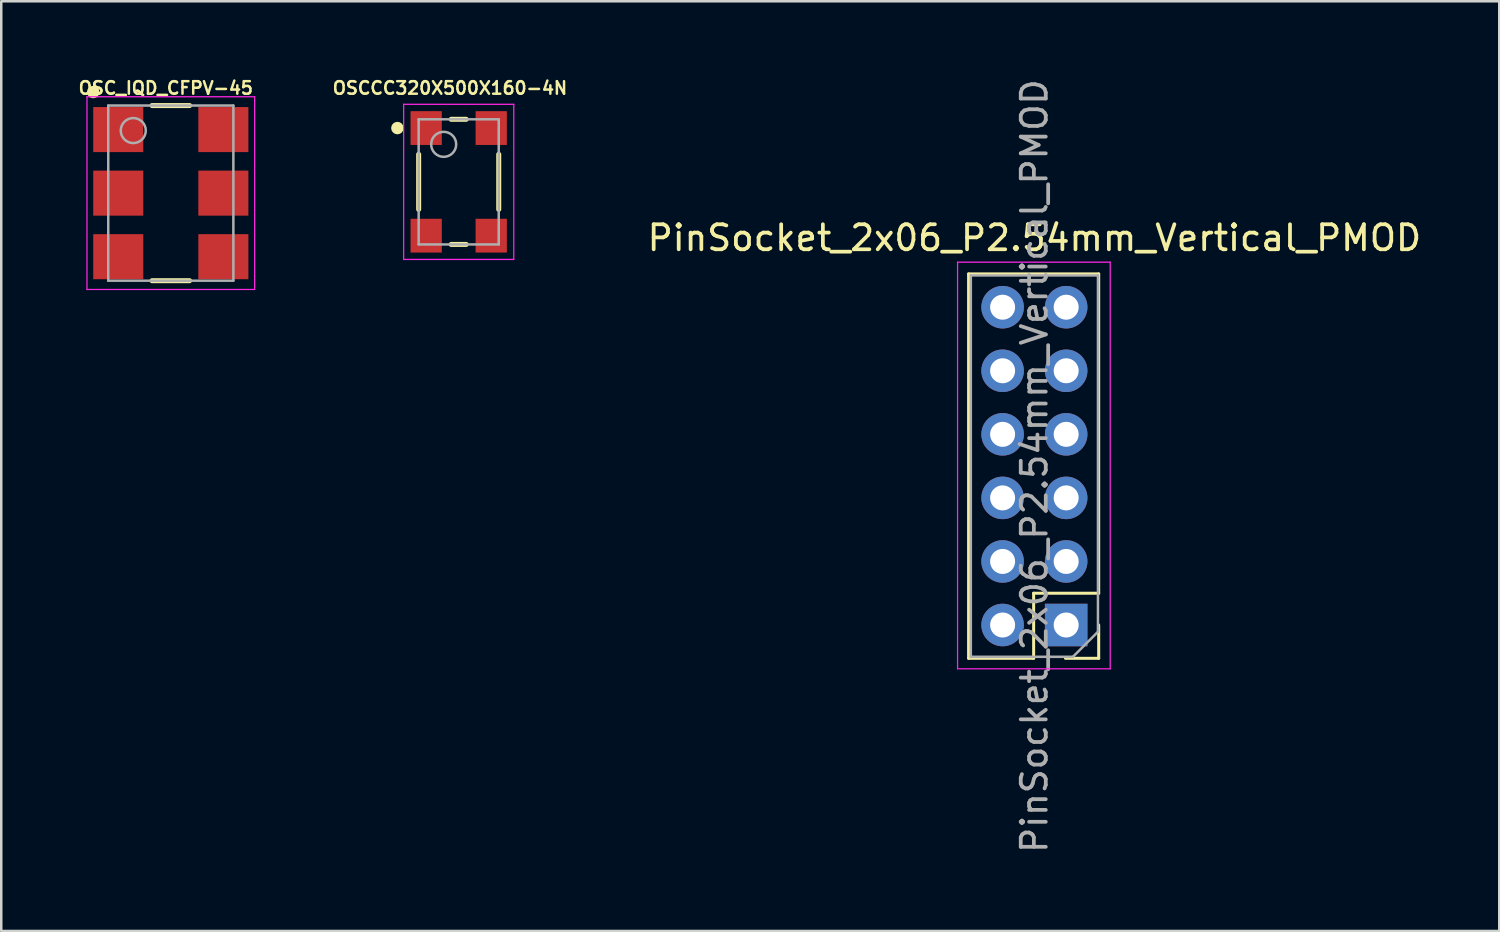
<source format=kicad_pcb>
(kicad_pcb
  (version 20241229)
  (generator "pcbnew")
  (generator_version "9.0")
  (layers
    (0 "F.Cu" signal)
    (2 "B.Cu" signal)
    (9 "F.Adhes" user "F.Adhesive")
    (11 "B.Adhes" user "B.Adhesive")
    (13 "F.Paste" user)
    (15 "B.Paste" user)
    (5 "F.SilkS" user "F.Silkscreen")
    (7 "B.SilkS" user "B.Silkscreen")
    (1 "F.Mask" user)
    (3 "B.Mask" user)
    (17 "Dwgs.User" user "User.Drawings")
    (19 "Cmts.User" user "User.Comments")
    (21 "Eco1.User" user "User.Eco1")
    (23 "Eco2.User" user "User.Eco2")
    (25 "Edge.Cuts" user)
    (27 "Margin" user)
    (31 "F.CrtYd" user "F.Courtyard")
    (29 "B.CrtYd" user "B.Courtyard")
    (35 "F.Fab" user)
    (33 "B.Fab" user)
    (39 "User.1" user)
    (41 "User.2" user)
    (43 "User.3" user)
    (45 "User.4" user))
  (footprint "OSCCC320X500X160-4N"
    (layer "F.Cu")
    (at 15.281 4.218)
    (property "Reference" "OSCCC320X500X160-4N" (at -0.35 -3.75 0) (layer "F.SilkS") (effects (font (size 0.5 0.5) (thickness 0.1))))
    (attr smd)
    (fp_line (start -1.6 1.1) (end -1.6 -1.1) (stroke (width 0.2) (type solid)) (layer "F.SilkS"))
    (fp_line (start -0.3 -2.5) (end 0.3 -2.5) (stroke (width 0.2) (type solid)) (layer "F.SilkS"))
    (fp_line (start -0.3 2.5) (end 0.3 2.5) (stroke (width 0.2) (type solid)) (layer "F.SilkS"))
    (fp_line (start 1.6 1.1) (end 1.6 -1.1) (stroke (width 0.2) (type solid)) (layer "F.SilkS"))
    (fp_circle (center -2.45 -2.15) (end -2.325 -2.15) (stroke (width 0.25) (type solid)) (fill no) (layer "F.SilkS"))
    (fp_line (start -2.2 -3.1) (end 2.2 -3.1) (stroke (width 0.05) (type solid)) (layer "F.CrtYd"))
    (fp_line (start -2.2 3.1) (end -2.2 -3.1) (stroke (width 0.05) (type solid)) (layer "F.CrtYd"))
    (fp_line (start -2.2 3.1) (end 2.2 3.1) (stroke (width 0.05) (type solid)) (layer "F.CrtYd"))
    (fp_line (start 2.2 3.1) (end 2.2 -3.1) (stroke (width 0.05) (type solid)) (layer "F.CrtYd"))
    (fp_line (start -1.6 -2.5) (end 1.6 -2.5) (stroke (width 0.1) (type solid)) (layer "F.Fab"))
    (fp_line (start -1.6 2.5) (end -1.6 -2.5) (stroke (width 0.1) (type solid)) (layer "F.Fab"))
    (fp_line (start -1.6 2.5) (end 1.6 2.5) (stroke (width 0.1) (type solid)) (layer "F.Fab"))
    (fp_line (start 1.6 2.5) (end 1.6 -2.5) (stroke (width 0.1) (type solid)) (layer "F.Fab"))
    (fp_circle (center -0.6 -1.5) (end -0.1 -1.5) (stroke (width 0.1) (type solid)) (fill no) (layer "F.Fab"))
    (pad "1" smd rect (at -1.3 -2.15 90) (size 1.35 1.25) (layers "F.Cu" "F.Mask" "F.Paste"))
    (pad "2" smd rect (at -1.3 2.15 90) (size 1.35 1.25) (layers "F.Cu" "F.Mask" "F.Paste"))
    (pad "3" smd rect (at 1.3 2.15 90) (size 1.35 1.25) (layers "F.Cu" "F.Mask" "F.Paste"))
    (pad "4" smd rect (at 1.3 -2.15 90) (size 1.35 1.25) (layers "F.Cu" "F.Mask" "F.Paste")))
  (footprint "OSC_IQD_CFPV-45"
    (layer "F.Cu")
    (at 3.776 4.668)
    (property "Reference" "OSC_IQD_CFPV-45" (at -0.2 -4.2 0) (layer "F.SilkS") (effects (font (size 0.5 0.5) (thickness 0.1))))
    (attr smd)
    (fp_line (start -0.75 -3.5) (end 0.75 -3.5) (stroke (width 0.2) (type solid)) (layer "F.SilkS"))
    (fp_line (start -0.75 3.5) (end 0.75 3.5) (stroke (width 0.2) (type solid)) (layer "F.SilkS"))
    (fp_circle (center -3.1 -4.04) (end -2.975 -4.04) (stroke (width 0.25) (type solid)) (fill no) (layer "F.SilkS"))
    (fp_line (start -3.35 -3.85) (end 3.35 -3.85) (stroke (width 0.05) (type solid)) (layer "F.CrtYd"))
    (fp_line (start -3.35 3.85) (end -3.35 -3.85) (stroke (width 0.05) (type solid)) (layer "F.CrtYd"))
    (fp_line (start -3.35 3.85) (end 3.35 3.85) (stroke (width 0.05) (type solid)) (layer "F.CrtYd"))
    (fp_line (start 3.35 3.85) (end 3.35 -3.85) (stroke (width 0.05) (type solid)) (layer "F.CrtYd"))
    (fp_line (start -2.5 -3.5) (end 2.5 -3.5) (stroke (width 0.1) (type solid)) (layer "F.Fab"))
    (fp_line (start -2.5 3.5) (end -2.5 -3.5) (stroke (width 0.1) (type solid)) (layer "F.Fab"))
    (fp_line (start -2.5 3.5) (end 2.5 3.5) (stroke (width 0.1) (type solid)) (layer "F.Fab"))
    (fp_line (start 2.5 3.5) (end 2.5 -3.5) (stroke (width 0.1) (type solid)) (layer "F.Fab"))
    (fp_circle (center -1.5 -2.5) (end -1 -2.5) (stroke (width 0.1) (type solid)) (fill no) (layer "F.Fab"))
    (pad "1" smd rect (at -2.1 -2.54) (size 2 1.8) (layers "F.Cu" "F.Mask" "F.Paste"))
    (pad "2" smd rect (at -2.1 0) (size 2 1.8) (layers "F.Cu" "F.Mask" "F.Paste"))
    (pad "3" smd rect (at -2.1 2.54) (size 2 1.8) (layers "F.Cu" "F.Mask" "F.Paste"))
    (pad "4" smd rect (at 2.1 2.54) (size 2 1.8) (layers "F.Cu" "F.Mask" "F.Paste"))
    (pad "5" smd rect (at 2.1 0) (size 2 1.8) (layers "F.Cu" "F.Mask" "F.Paste"))
    (pad "6" smd rect (at 2.1 -2.54) (size 2 1.8) (layers "F.Cu" "F.Mask" "F.Paste")))
  (footprint "PinSocket_2x06_P2.54mm_Vertical_PMOD"
    (layer "F.Cu")
    (at 39.557 9.227)
    (property "Reference" "PinSocket_2x06_P2.54mm_Vertical_PMOD" (at -1.27 -2.77 0) (layer "F.SilkS") (effects (font (size 1 1) (thickness 0.15))))
    (attr through_hole)
    (fp_line (start -3.9 -1.33) (end 1.3 -1.33) (stroke (width 0.12) (type solid)) (layer "F.SilkS"))
    (fp_line (start -3.9 14.03) (end -3.9 -1.33) (stroke (width 0.12) (type solid)) (layer "F.SilkS"))
    (fp_line (start -3.9 14.03) (end -1.3 14.03) (stroke (width 0.12) (type solid)) (layer "F.SilkS"))
    (fp_line (start -1.3 11.43) (end 1.3 11.43) (stroke (width 0.12) (type solid)) (layer "F.SilkS"))
    (fp_line (start -1.3 14.03) (end -1.3 11.43) (stroke (width 0.12) (type solid)) (layer "F.SilkS"))
    (fp_line (start -0.03 14.03) (end 1.3 14.03) (stroke (width 0.12) (type solid)) (layer "F.SilkS"))
    (fp_line (start 1.3 11.43) (end 1.3 -1.33) (stroke (width 0.12) (type solid)) (layer "F.SilkS"))
    (fp_line (start 1.3 14.03) (end 1.3 12.7) (stroke (width 0.12) (type solid)) (layer "F.SilkS"))
    (fp_line (start -4.34 -1.8) (end 1.76 -1.8) (stroke (width 0.05) (type solid)) (layer "F.CrtYd"))
    (fp_line (start -4.34 14.45) (end -4.34 -1.8) (stroke (width 0.05) (type solid)) (layer "F.CrtYd"))
    (fp_line (start 1.76 -1.8) (end 1.76 14.45) (stroke (width 0.05) (type solid)) (layer "F.CrtYd"))
    (fp_line (start 1.76 14.45) (end -4.34 14.45) (stroke (width 0.05) (type solid)) (layer "F.CrtYd"))
    (fp_line (start -3.81 -1.27) (end -3.81 13.97) (stroke (width 0.1) (type solid)) (layer "F.Fab"))
    (fp_line (start -3.81 13.97) (end 0.27 13.97) (stroke (width 0.1) (type solid)) (layer "F.Fab"))
    (fp_line (start 0.27 13.97) (end 1.27 12.97) (stroke (width 0.1) (type solid)) (layer "F.Fab"))
    (fp_line (start 1.27 -1.27) (end -3.81 -1.27) (stroke (width 0.1) (type solid)) (layer "F.Fab"))
    (fp_line (start 1.27 12.97) (end 1.27 -1.27) (stroke (width 0.1) (type solid)) (layer "F.Fab"))
    (fp_text user "${REFERENCE}" (at -1.27 6.35 90) (layer "F.Fab") (effects (font (size 1 1) (thickness 0.15))))
    (pad "1" thru_hole rect (at 0 12.7) (size 1.7 1.7) (drill 1) (layers "*.Cu" "*.Mask"))
    (pad "2" thru_hole circle (at 0 10.16) (size 1.7 1.7) (drill 1) (layers "*.Cu" "*.Mask"))
    (pad "3" thru_hole circle (at 0 7.62) (size 1.7 1.7) (drill 1) (layers "*.Cu" "*.Mask"))
    (pad "4" thru_hole circle (at 0 5.08) (size 1.7 1.7) (drill 1) (layers "*.Cu" "*.Mask"))
    (pad "5" thru_hole circle (at 0 2.54) (size 1.7 1.7) (drill 1) (layers "*.Cu" "*.Mask"))
    (pad "6" thru_hole circle (at 0 0) (size 1.7 1.7) (drill 1) (layers "*.Cu" "*.Mask"))
    (pad "7" thru_hole circle (at -2.54 12.7) (size 1.7 1.7) (drill 1) (layers "*.Cu" "*.Mask"))
    (pad "8" thru_hole circle (at -2.54 10.16) (size 1.7 1.7) (drill 1) (layers "*.Cu" "*.Mask"))
    (pad "9" thru_hole circle (at -2.54 7.62) (size 1.7 1.7) (drill 1) (layers "*.Cu" "*.Mask"))
    (pad "10" thru_hole circle (at -2.54 5.08) (size 1.7 1.7) (drill 1) (layers "*.Cu" "*.Mask"))
    (pad "11" thru_hole circle (at -2.54 2.54) (size 1.7 1.7) (drill 1) (layers "*.Cu" "*.Mask"))
    (pad "12" thru_hole circle (at -2.54 0) (size 1.7 1.7) (drill 1) (layers "*.Cu" "*.Mask")))
  (gr_rect
    (start -3 -3)
    (end 56.864 34.155)
    (stroke (width 0.1) (type default))
    (fill no)
    (layer "Edge.Cuts")))
</source>
